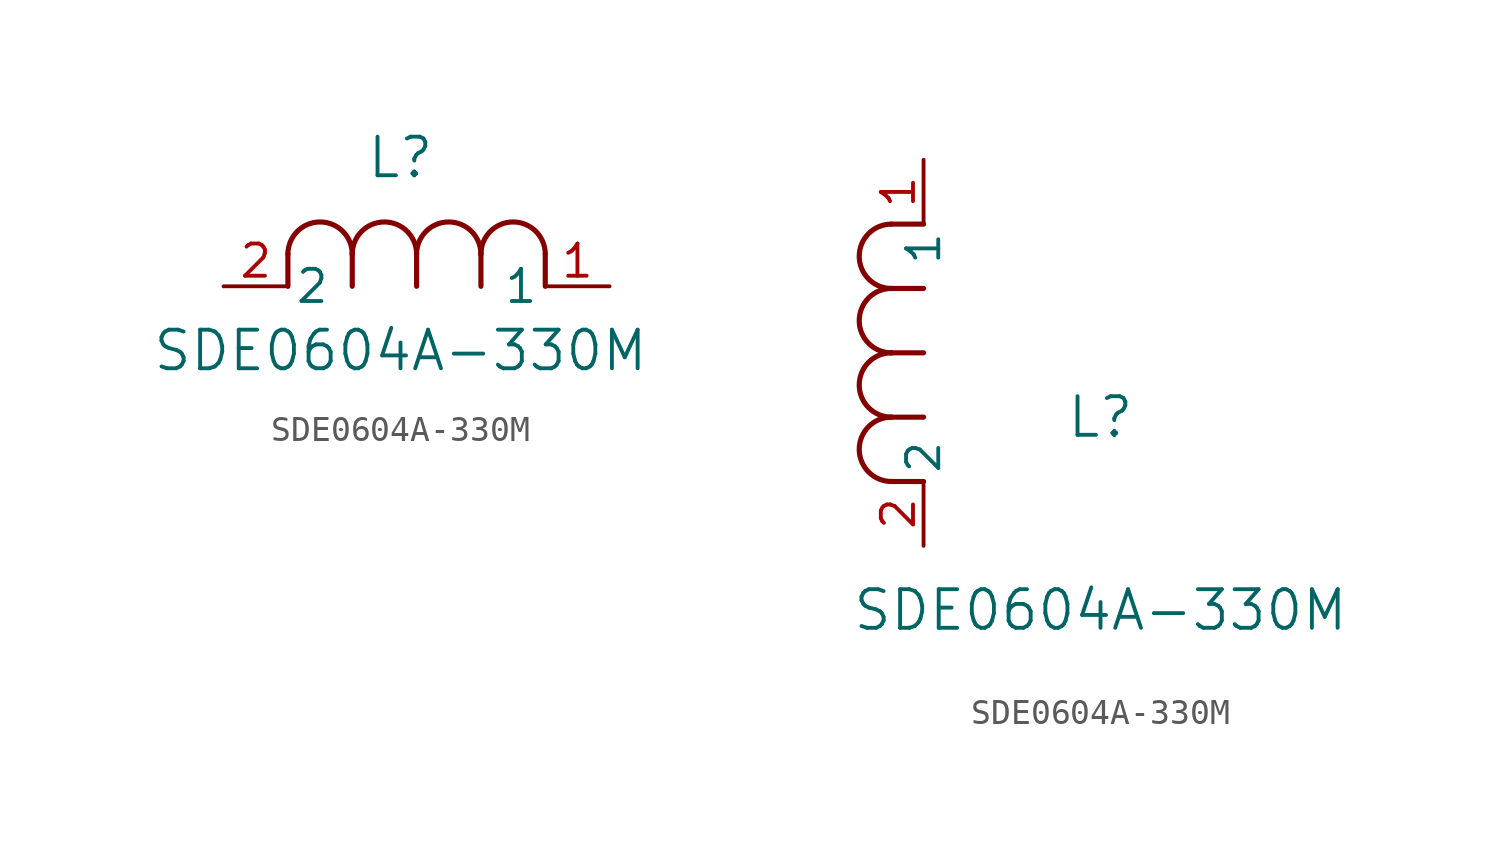
<source format=kicad_sym>
(kicad_symbol_lib
  (version 20211014)
  (generator kicad_symbol_editor)
  (symbol "SDE0604A-330M"
    (pin_names
      (offset 0.254))
    (property "Reference" "L"
      (at 6.985 5.08 0)
      (effects (font (size 1.524 1.524))))
    (property "Value" "SDE0604A-330M"
      (at 6.985 -2.54 0)
      (effects (font (size 1.524 1.524))))
    (symbol "SDE0604A-330M_1_1"
      (arc (start 7.62 1.27) (mid 6.35 2.54) (end 5.08 1.27) (stroke (width 0.2032) (type default) (color 0 0 0 0)) (fill (type none)))
      (polyline (pts (xy 5.08 0) (xy 5.08 1.27)) (stroke (width 0.203) (type default) (color 0 0 0 0)) (fill (type none)))
      (polyline (pts (xy 7.62 0) (xy 7.62 1.27)) (stroke (width 0.203) (type default) (color 0 0 0 0)) (fill (type none)))
      (polyline (pts (xy 12.7 0) (xy 12.7 1.27)) (stroke (width 0.203) (type default) (color 0 0 0 0)) (fill (type none)))
      (arc (start 5.08 1.27) (mid 3.81 2.54) (end 2.54 1.27) (stroke (width 0.2032) (type default) (color 0 0 0 0)) (fill (type none)))
      (arc (start 10.16 1.27) (mid 8.89 2.54) (end 7.62 1.27) (stroke (width 0.2032) (type default) (color 0 0 0 0)) (fill (type none)))
      (arc (start 12.7 1.27) (mid 11.43 2.54) (end 10.16 1.27) (stroke (width 0.2032) (type default) (color 0 0 0 0)) (fill (type none)))
      (polyline (pts (xy 2.54 0) (xy 2.54 1.27)) (stroke (width 0.203) (type default) (color 0 0 0 0)) (fill (type none)))
      (polyline (pts (xy 10.16 0) (xy 10.16 1.27)) (stroke (width 0.203) (type default) (color 0 0 0 0)) (fill (type none)))
      (pin unspecified line (at 0 0 0) (length 2.54) (name "2" (effects (font (size 1.27 1.27)))) (number "2" (effects (font (size 1.27 1.27)))))
      (pin unspecified line (at 15.24 0 180) (length 2.54) (name "1" (effects (font (size 1.27 1.27)))) (number "1" (effects (font (size 1.27 1.27))))))
    (symbol "SDE0604A-330M_1_2"
      (arc (start -1.27 7.62) (mid -2.54 6.35) (end -1.27 5.08) (stroke (width 0.2032) (type default) (color 0 0 0 0)) (fill (type none)))
      (arc (start -1.27 5.08) (mid -2.54 3.81) (end -1.27 2.54) (stroke (width 0.2032) (type default) (color 0 0 0 0)) (fill (type none)))
      (arc (start -1.27 12.7) (mid -2.54 11.43) (end -1.27 10.16) (stroke (width 0.2032) (type default) (color 0 0 0 0)) (fill (type none)))
      (arc (start -1.27 10.16) (mid -2.54 8.89) (end -1.27 7.62) (stroke (width 0.2032) (type default) (color 0 0 0 0)) (fill (type none)))
      (polyline (pts (xy 0 7.62) (xy -1.27 7.62)) (stroke (width 0.203) (type default) (color 0 0 0 0)) (fill (type none)))
      (polyline (pts (xy 0 5.08) (xy -1.27 5.08)) (stroke (width 0.203) (type default) (color 0 0 0 0)) (fill (type none)))
      (polyline (pts (xy 0 12.7) (xy -1.27 12.7)) (stroke (width 0.203) (type default) (color 0 0 0 0)) (fill (type none)))
      (polyline (pts (xy 0 2.54) (xy -1.27 2.54)) (stroke (width 0.203) (type default) (color 0 0 0 0)) (fill (type none)))
      (polyline (pts (xy 0 10.16) (xy -1.27 10.16)) (stroke (width 0.203) (type default) (color 0 0 0 0)) (fill (type none)))
      (pin unspecified line (at 0 0 90) (length 2.54) (name "2" (effects (font (size 1.27 1.27)))) (number "2" (effects (font (size 1.27 1.27)))))
      (pin unspecified line (at 0 15.24 270) (length 2.54) (name "1" (effects (font (size 1.27 1.27)))) (number "1" (effects (font (size 1.27 1.27))))))))
</source>
